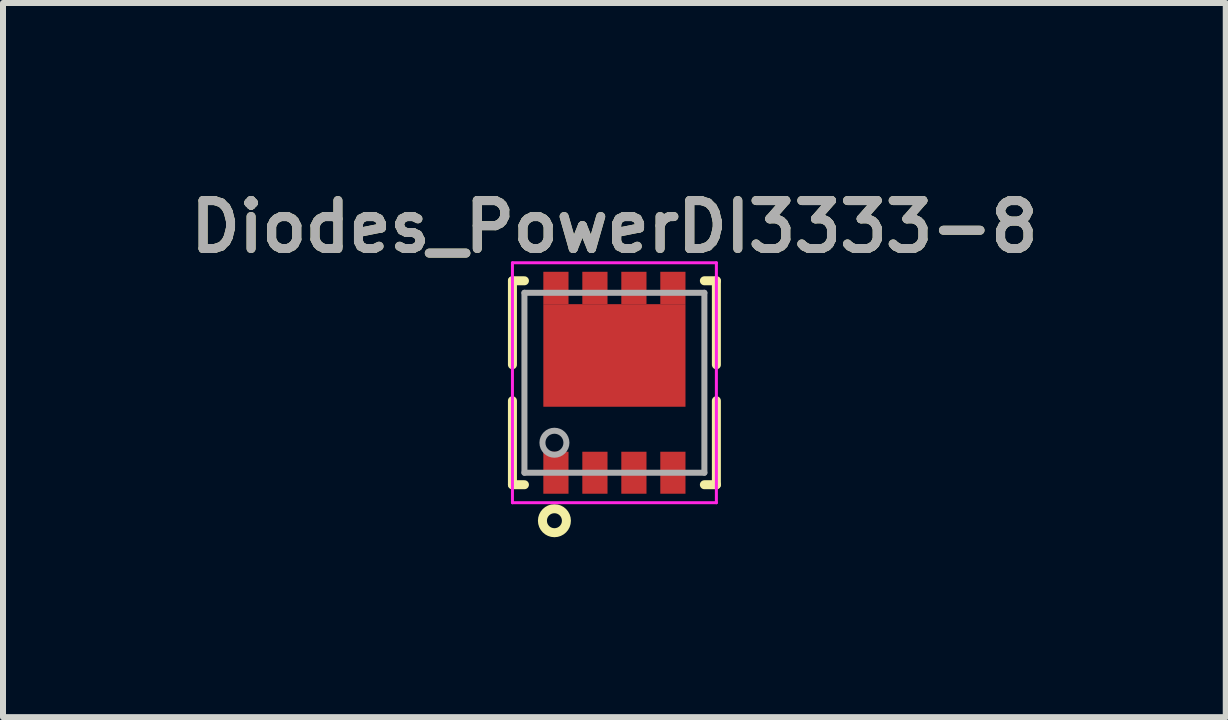
<source format=kicad_pcb>
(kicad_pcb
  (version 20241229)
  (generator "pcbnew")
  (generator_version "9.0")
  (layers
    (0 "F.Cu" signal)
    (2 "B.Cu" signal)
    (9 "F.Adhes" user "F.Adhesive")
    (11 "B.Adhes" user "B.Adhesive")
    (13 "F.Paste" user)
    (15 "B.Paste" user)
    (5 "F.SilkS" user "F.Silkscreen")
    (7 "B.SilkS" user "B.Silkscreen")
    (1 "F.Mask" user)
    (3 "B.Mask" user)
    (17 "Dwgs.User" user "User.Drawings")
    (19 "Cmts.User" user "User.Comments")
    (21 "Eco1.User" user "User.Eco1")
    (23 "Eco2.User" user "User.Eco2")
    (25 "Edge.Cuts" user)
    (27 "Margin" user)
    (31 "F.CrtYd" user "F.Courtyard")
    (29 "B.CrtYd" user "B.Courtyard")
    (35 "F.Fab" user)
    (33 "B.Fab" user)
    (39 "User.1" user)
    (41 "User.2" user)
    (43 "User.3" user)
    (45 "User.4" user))
  (footprint "Diodes_PowerDI3333-8"
    (layer "F.Cu")
    (at 7.193 3.331)
    (property "Reference" "Diodes_PowerDI3333-8" (at 0 -2.6 0) (layer "F.SilkS") (effects (font (size 0.8 0.8) (thickness 0.15))))
    (attr through_hole)
    (fp_line (start -1.7 -1.7) (end -1.7 -0.3) (stroke (width 0.15) (type solid)) (layer "F.SilkS"))
    (fp_line (start -1.7 0.3) (end -1.7 1.7) (stroke (width 0.15) (type solid)) (layer "F.SilkS"))
    (fp_line (start -1.7 1.7) (end -1.5 1.7) (stroke (width 0.15) (type solid)) (layer "F.SilkS"))
    (fp_line (start -1.5 -1.7) (end -1.7 -1.7) (stroke (width 0.15) (type solid)) (layer "F.SilkS"))
    (fp_line (start 1.5 1.7) (end 1.7 1.7) (stroke (width 0.15) (type solid)) (layer "F.SilkS"))
    (fp_line (start 1.7 -1.7) (end 1.5 -1.7) (stroke (width 0.15) (type solid)) (layer "F.SilkS"))
    (fp_line (start 1.7 -1.7) (end 1.7 -0.3) (stroke (width 0.15) (type solid)) (layer "F.SilkS"))
    (fp_line (start 1.7 0.3) (end 1.7 1.7) (stroke (width 0.15) (type solid)) (layer "F.SilkS"))
    (fp_circle (center -1 2.3) (end -1 2.1) (stroke (width 0.15) (type solid)) (fill no) (layer "F.SilkS"))
    (fp_line (start -1.7 -2) (end 1.7 -2) (stroke (width 0.05) (type solid)) (layer "F.CrtYd"))
    (fp_line (start -1.7 2) (end -1.7 -2) (stroke (width 0.05) (type solid)) (layer "F.CrtYd"))
    (fp_line (start 1.7 -2) (end 1.7 2) (stroke (width 0.05) (type solid)) (layer "F.CrtYd"))
    (fp_line (start 1.7 2) (end -1.7 2) (stroke (width 0.05) (type solid)) (layer "F.CrtYd"))
    (fp_line (start -1.5 -1.5) (end 1.5 -1.5) (stroke (width 0.1) (type solid)) (layer "F.Fab"))
    (fp_line (start -1.5 1.5) (end -1.5 -1.5) (stroke (width 0.1) (type solid)) (layer "F.Fab"))
    (fp_line (start 1.5 -1.5) (end 1.5 1.5) (stroke (width 0.1) (type solid)) (layer "F.Fab"))
    (fp_line (start 1.5 1.5) (end -1.5 1.5) (stroke (width 0.1) (type solid)) (layer "F.Fab"))
    (fp_circle (center -1 1) (end -1 0.8) (stroke (width 0.1) (type solid)) (fill no) (layer "F.Fab"))
    (fp_text user "${REFERENCE}" (at 0 -2.6 0) (layer "F.Fab") (effects (font (size 0.8 0.8) (thickness 0.15))))
    (pad "1" smd rect (at -0.975 1.5) (size 0.42 0.7) (layers "F.Cu" "F.Mask" "F.Paste"))
    (pad "2" smd rect (at -0.325 1.5) (size 0.42 0.7) (layers "F.Cu" "F.Mask" "F.Paste"))
    (pad "3" smd rect (at 0.325 1.5) (size 0.42 0.7) (layers "F.Cu" "F.Mask" "F.Paste"))
    (pad "4" smd rect (at 0.975 1.5) (size 0.42 0.7) (layers "F.Cu" "F.Mask" "F.Paste"))
    (pad "5" smd rect (at 0.975 -1.58) (size 0.42 0.54) (layers "F.Cu" "F.Mask" "F.Paste"))
    (pad "6" smd rect (at 0.325 -1.58) (size 0.42 0.54) (layers "F.Cu" "F.Mask" "F.Paste"))
    (pad "7" smd rect (at -0.325 -1.58) (size 0.42 0.54) (layers "F.Cu" "F.Mask" "F.Paste"))
    (pad "8" smd rect (at -0.975 -1.58) (size 0.42 0.54) (layers "F.Cu" "F.Mask" "F.Paste"))
    (pad "9" smd rect (at 0 -0.455) (size 2.37 1.71) (layers "F.Cu" "F.Mask" "F.Paste")))
  (gr_rect
    (start -3 -3)
    (end 17.385 8.906)
    (stroke (width 0.1) (type default))
    (fill no)
    (layer "Edge.Cuts")))
</source>
